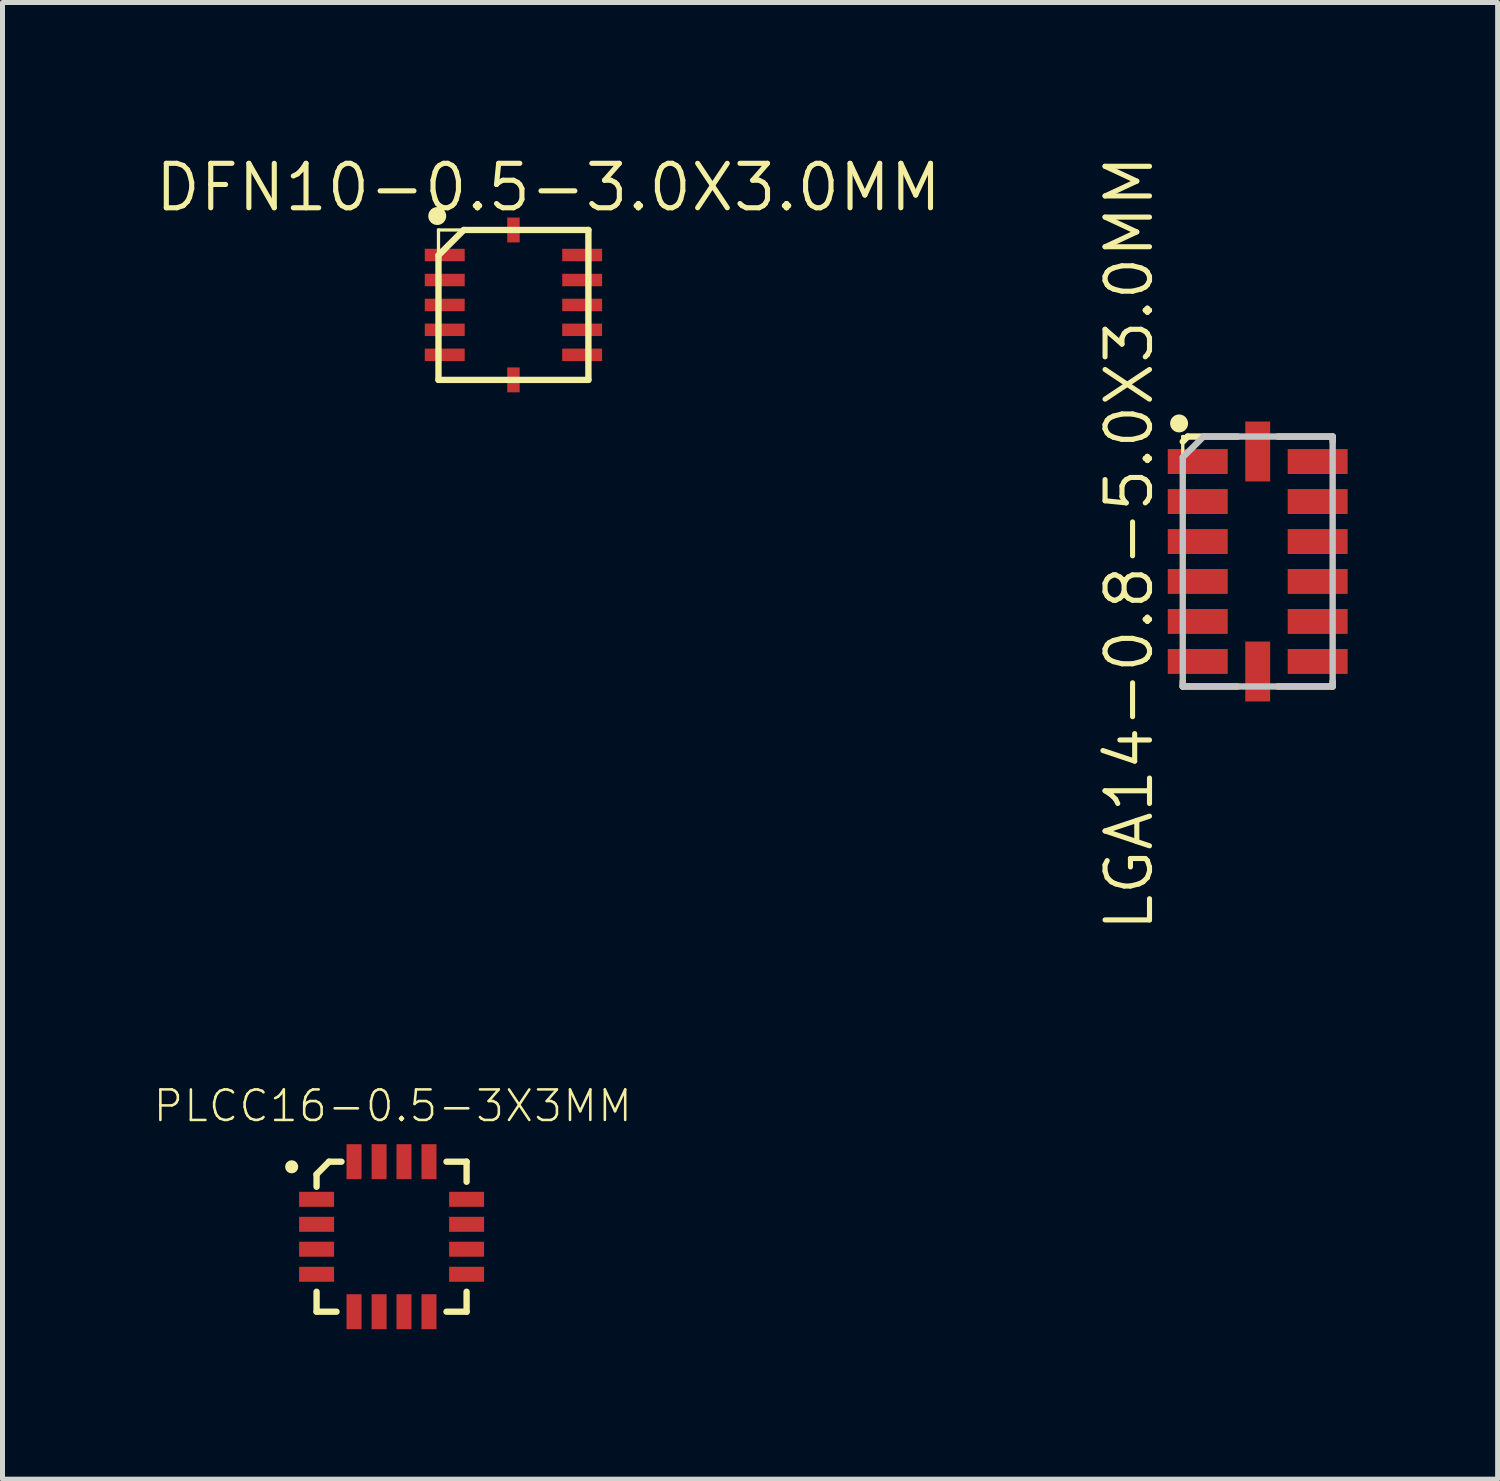
<source format=kicad_pcb>
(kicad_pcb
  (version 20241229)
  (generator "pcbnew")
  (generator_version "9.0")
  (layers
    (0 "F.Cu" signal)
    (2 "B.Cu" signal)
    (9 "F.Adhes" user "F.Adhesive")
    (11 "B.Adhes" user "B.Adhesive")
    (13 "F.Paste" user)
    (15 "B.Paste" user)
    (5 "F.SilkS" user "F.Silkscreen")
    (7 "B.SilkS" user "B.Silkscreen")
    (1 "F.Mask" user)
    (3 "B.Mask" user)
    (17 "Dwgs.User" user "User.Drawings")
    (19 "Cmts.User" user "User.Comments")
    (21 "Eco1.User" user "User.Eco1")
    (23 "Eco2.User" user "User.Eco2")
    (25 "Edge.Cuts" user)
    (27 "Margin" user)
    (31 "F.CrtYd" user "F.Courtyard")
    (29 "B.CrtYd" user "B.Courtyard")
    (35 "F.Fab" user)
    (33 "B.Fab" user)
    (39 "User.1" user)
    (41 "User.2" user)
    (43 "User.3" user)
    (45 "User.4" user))
  (footprint "LGA14-0.8-5.0X3.0MM"
    (layer "F.Cu")
    (at 22.102 8.179)
    (property "Reference" "LGA14-0.8-5.0X3.0MM" (at -2.57 -0.368 90) (layer "F.SilkS") (effects (font (size 0.889 0.889) (thickness 0.102))))
    (attr smd)
    (fp_line (start -1.499 -2.499) (end 1.499 -2.499) (stroke (width 0.066) (type solid)) (layer "F.SilkS"))
    (fp_line (start -1.499 -2.398) (end -1.4 -2.499) (stroke (width 0.127) (type solid)) (layer "F.SilkS"))
    (fp_line (start -1.499 2.499) (end -1.499 -2.499) (stroke (width 0.066) (type solid)) (layer "F.SilkS"))
    (fp_line (start -1.499 2.499) (end -1.499 2.398) (stroke (width 0.127) (type solid)) (layer "F.SilkS"))
    (fp_line (start -1.499 2.499) (end 1.499 2.499) (stroke (width 0.066) (type solid)) (layer "F.SilkS"))
    (fp_line (start -1.4 -2.499) (end -0.399 -2.499) (stroke (width 0.127) (type solid)) (layer "F.SilkS"))
    (fp_line (start -0.399 2.499) (end -1.499 2.499) (stroke (width 0.127) (type solid)) (layer "F.SilkS"))
    (fp_line (start 0.399 -2.499) (end 1.499 -2.499) (stroke (width 0.127) (type solid)) (layer "F.SilkS"))
    (fp_line (start 0.399 2.499) (end 1.499 2.499) (stroke (width 0.127) (type solid)) (layer "F.SilkS"))
    (fp_line (start 1.499 -2.499) (end 1.499 -2.398) (stroke (width 0.127) (type solid)) (layer "F.SilkS"))
    (fp_line (start 1.499 2.499) (end 1.499 -2.499) (stroke (width 0.066) (type solid)) (layer "F.SilkS"))
    (fp_line (start 1.499 2.499) (end 1.499 2.398) (stroke (width 0.127) (type solid)) (layer "F.SilkS"))
    (fp_circle (center -1.572 -2.761) (end -1.699 -2.888) (stroke (width 0) (type solid)) (fill yes) (layer "F.SilkS"))
    (fp_line (start -1.499 -2.083) (end -1.082 -2.499) (stroke (width 0.127) (type solid)) (layer "Dwgs.User"))
    (fp_line (start -1.499 2.499) (end -1.499 -2.083) (stroke (width 0.127) (type solid)) (layer "Dwgs.User"))
    (fp_line (start -1.082 -2.499) (end 1.499 -2.499) (stroke (width 0.127) (type solid)) (layer "Dwgs.User"))
    (fp_line (start 1.499 -2.499) (end 1.499 2.499) (stroke (width 0.127) (type solid)) (layer "Dwgs.User"))
    (fp_line (start 1.499 2.499) (end -1.499 2.499) (stroke (width 0.127) (type solid)) (layer "Dwgs.User"))
    (pad "1" smd rect (at -1.199 -1.999) (size 1.199 0.498) (layers "F.Cu" "F.Mask" "F.Paste"))
    (pad "2" smd rect (at -1.199 -1.199) (size 1.199 0.498) (layers "F.Cu" "F.Mask" "F.Paste"))
    (pad "3" smd rect (at -1.199 -0.399) (size 1.199 0.498) (layers "F.Cu" "F.Mask" "F.Paste"))
    (pad "4" smd rect (at -1.199 0.399) (size 1.199 0.498) (layers "F.Cu" "F.Mask" "F.Paste"))
    (pad "5" smd rect (at -1.199 1.199) (size 1.199 0.498) (layers "F.Cu" "F.Mask" "F.Paste"))
    (pad "6" smd rect (at -1.199 1.999) (size 1.199 0.498) (layers "F.Cu" "F.Mask" "F.Paste"))
    (pad "7" smd rect (at 0 2.2 90) (size 1.199 0.498) (layers "F.Cu" "F.Mask" "F.Paste"))
    (pad "8" smd rect (at 1.199 1.999 180) (size 1.199 0.498) (layers "F.Cu" "F.Mask" "F.Paste"))
    (pad "9" smd rect (at 1.199 1.199 180) (size 1.199 0.498) (layers "F.Cu" "F.Mask" "F.Paste"))
    (pad "10" smd rect (at 1.199 0.399 180) (size 1.199 0.498) (layers "F.Cu" "F.Mask" "F.Paste"))
    (pad "11" smd rect (at 1.199 -0.399 180) (size 1.199 0.498) (layers "F.Cu" "F.Mask" "F.Paste"))
    (pad "12" smd rect (at 1.199 -1.199 180) (size 1.199 0.498) (layers "F.Cu" "F.Mask" "F.Paste"))
    (pad "13" smd rect (at 1.199 -1.999 180) (size 1.199 0.498) (layers "F.Cu" "F.Mask" "F.Paste"))
    (pad "14" smd rect (at 0 -2.2 270) (size 1.199 0.498) (layers "F.Cu" "F.Mask" "F.Paste")))
  (footprint "DFN10-0.5-3.0X3.0MM"
    (layer "F.Cu")
    (at 7.218 3.048)
    (property "Reference" "DFN10-0.5-3.0X3.0MM" (at 0.699 -2.349 0) (layer "F.SilkS") (effects (font (size 0.889 0.889) (thickness 0.102))))
    (attr smd)
    (fp_line (start -1.499 -1.499) (end 1.499 -1.499) (stroke (width 0.066) (type solid)) (layer "F.SilkS"))
    (fp_line (start -1.499 -0.993) (end -0.993 -1.499) (stroke (width 0.127) (type solid)) (layer "F.SilkS"))
    (fp_line (start -1.499 1.499) (end -1.499 -1.499) (stroke (width 0.066) (type solid)) (layer "F.SilkS"))
    (fp_line (start -1.499 1.499) (end -1.499 -0.993) (stroke (width 0.127) (type solid)) (layer "F.SilkS"))
    (fp_line (start -1.499 1.499) (end 1.499 1.499) (stroke (width 0.066) (type solid)) (layer "F.SilkS"))
    (fp_line (start -0.993 -1.499) (end 1.499 -1.499) (stroke (width 0.127) (type solid)) (layer "F.SilkS"))
    (fp_line (start 1.499 -1.499) (end 1.499 1.499) (stroke (width 0.127) (type solid)) (layer "F.SilkS"))
    (fp_line (start 1.499 1.499) (end -1.499 1.499) (stroke (width 0.127) (type solid)) (layer "F.SilkS"))
    (fp_line (start 1.499 1.499) (end 1.499 -1.499) (stroke (width 0.066) (type solid)) (layer "F.SilkS"))
    (fp_circle (center -1.524 -1.778) (end -1.651 -1.905) (stroke (width 0) (type solid)) (fill yes) (layer "F.SilkS"))
    (pad "1" smd rect (at -1.374 -0.998) (size 0.798 0.249) (layers "F.Cu" "F.Mask" "F.Paste"))
    (pad "2" smd rect (at -1.374 -0.498) (size 0.798 0.249) (layers "F.Cu" "F.Mask" "F.Paste"))
    (pad "3" smd rect (at -1.374 0) (size 0.798 0.249) (layers "F.Cu" "F.Mask" "F.Paste"))
    (pad "4" smd rect (at -1.374 0.498) (size 0.798 0.249) (layers "F.Cu" "F.Mask" "F.Paste"))
    (pad "5" smd rect (at -1.374 0.998) (size 0.798 0.249) (layers "F.Cu" "F.Mask" "F.Paste"))
    (pad "6" smd rect (at 1.374 0.998 180) (size 0.798 0.249) (layers "F.Cu" "F.Mask" "F.Paste"))
    (pad "7" smd rect (at 1.374 0.498 180) (size 0.798 0.249) (layers "F.Cu" "F.Mask" "F.Paste"))
    (pad "8" smd rect (at 1.374 0 180) (size 0.798 0.249) (layers "F.Cu" "F.Mask" "F.Paste"))
    (pad "9" smd rect (at 1.374 -0.498 180) (size 0.798 0.249) (layers "F.Cu" "F.Mask" "F.Paste"))
    (pad "10" smd rect (at 1.374 -0.998 180) (size 0.798 0.249) (layers "F.Cu" "F.Mask" "F.Paste"))
    (pad "11" smd rect (at 0 1.499 90) (size 0.498 0.249) (layers "F.Cu" "F.Mask" "F.Paste"))
    (pad "12" smd rect (at 0 -1.499 90) (size 0.498 0.249) (layers "F.Cu" "F.Mask" "F.Paste")))
  (footprint "PLCC16-0.5-3X3MM"
    (layer "F.Cu")
    (at 3.281 23.182)
    (property "Reference" "PLCC16-0.5-3X3MM" (at 1.524 -4.115 0) (layer "F.SilkS") (effects (font (size 0.61 0.61) (thickness 0.051))))
    (attr smd)
    (fp_line (start 0 -2.748) (end 0 -2.499) (stroke (width 0.127) (type solid)) (layer "F.SilkS"))
    (fp_line (start 0 0) (end 0 -0.399) (stroke (width 0.127) (type solid)) (layer "F.SilkS"))
    (fp_line (start 0.249 -3) (end 0 -2.748) (stroke (width 0.127) (type solid)) (layer "F.SilkS"))
    (fp_line (start 0.399 0) (end 0 0) (stroke (width 0.127) (type solid)) (layer "F.SilkS"))
    (fp_line (start 0.498 -3) (end 0.249 -3) (stroke (width 0.127) (type solid)) (layer "F.SilkS"))
    (fp_line (start 2.598 -3) (end 3 -3) (stroke (width 0.127) (type solid)) (layer "F.SilkS"))
    (fp_line (start 3 -2.598) (end 3 -3) (stroke (width 0.127) (type solid)) (layer "F.SilkS"))
    (fp_line (start 3 -0.399) (end 3 0) (stroke (width 0.127) (type solid)) (layer "F.SilkS"))
    (fp_line (start 3 0) (end 2.598 0) (stroke (width 0.127) (type solid)) (layer "F.SilkS"))
    (fp_circle (center -0.498 -2.898) (end -0.546 -2.946) (stroke (width 0.127) (type solid)) (fill no) (layer "F.SilkS"))
    (pad "1" smd rect (at 0 -2.248) (size 0.699 0.3) (layers "F.Cu" "F.Mask" "F.Paste"))
    (pad "2" smd rect (at 0 -1.748) (size 0.699 0.3) (layers "F.Cu" "F.Mask" "F.Paste"))
    (pad "3" smd rect (at 0 -1.25) (size 0.699 0.3) (layers "F.Cu" "F.Mask" "F.Paste"))
    (pad "4" smd rect (at 0 -0.749) (size 0.699 0.3) (layers "F.Cu" "F.Mask" "F.Paste"))
    (pad "5" smd rect (at 0.749 0 90) (size 0.699 0.3) (layers "F.Cu" "F.Mask" "F.Paste"))
    (pad "6" smd rect (at 1.25 0 90) (size 0.699 0.3) (layers "F.Cu" "F.Mask" "F.Paste"))
    (pad "7" smd rect (at 1.748 0 90) (size 0.699 0.3) (layers "F.Cu" "F.Mask" "F.Paste"))
    (pad "8" smd rect (at 2.248 0 90) (size 0.699 0.3) (layers "F.Cu" "F.Mask" "F.Paste"))
    (pad "9" smd rect (at 3 -0.749) (size 0.699 0.3) (layers "F.Cu" "F.Mask" "F.Paste"))
    (pad "10" smd rect (at 3 -1.25) (size 0.699 0.3) (layers "F.Cu" "F.Mask" "F.Paste"))
    (pad "11" smd rect (at 3 -1.748) (size 0.699 0.3) (layers "F.Cu" "F.Mask" "F.Paste"))
    (pad "12" smd rect (at 3 -2.248) (size 0.699 0.3) (layers "F.Cu" "F.Mask" "F.Paste"))
    (pad "13" smd rect (at 2.248 -3 90) (size 0.699 0.3) (layers "F.Cu" "F.Mask" "F.Paste"))
    (pad "14" smd rect (at 1.748 -3 90) (size 0.699 0.3) (layers "F.Cu" "F.Mask" "F.Paste"))
    (pad "15" smd rect (at 1.25 -3 90) (size 0.699 0.3) (layers "F.Cu" "F.Mask" "F.Paste"))
    (pad "16" smd rect (at 0.749 -3 90) (size 0.699 0.3) (layers "F.Cu" "F.Mask" "F.Paste")))
  (gr_rect
    (start -3 -3)
    (end 26.9 26.531)
    (stroke (width 0.1) (type default))
    (fill no)
    (layer "Edge.Cuts")))
</source>
